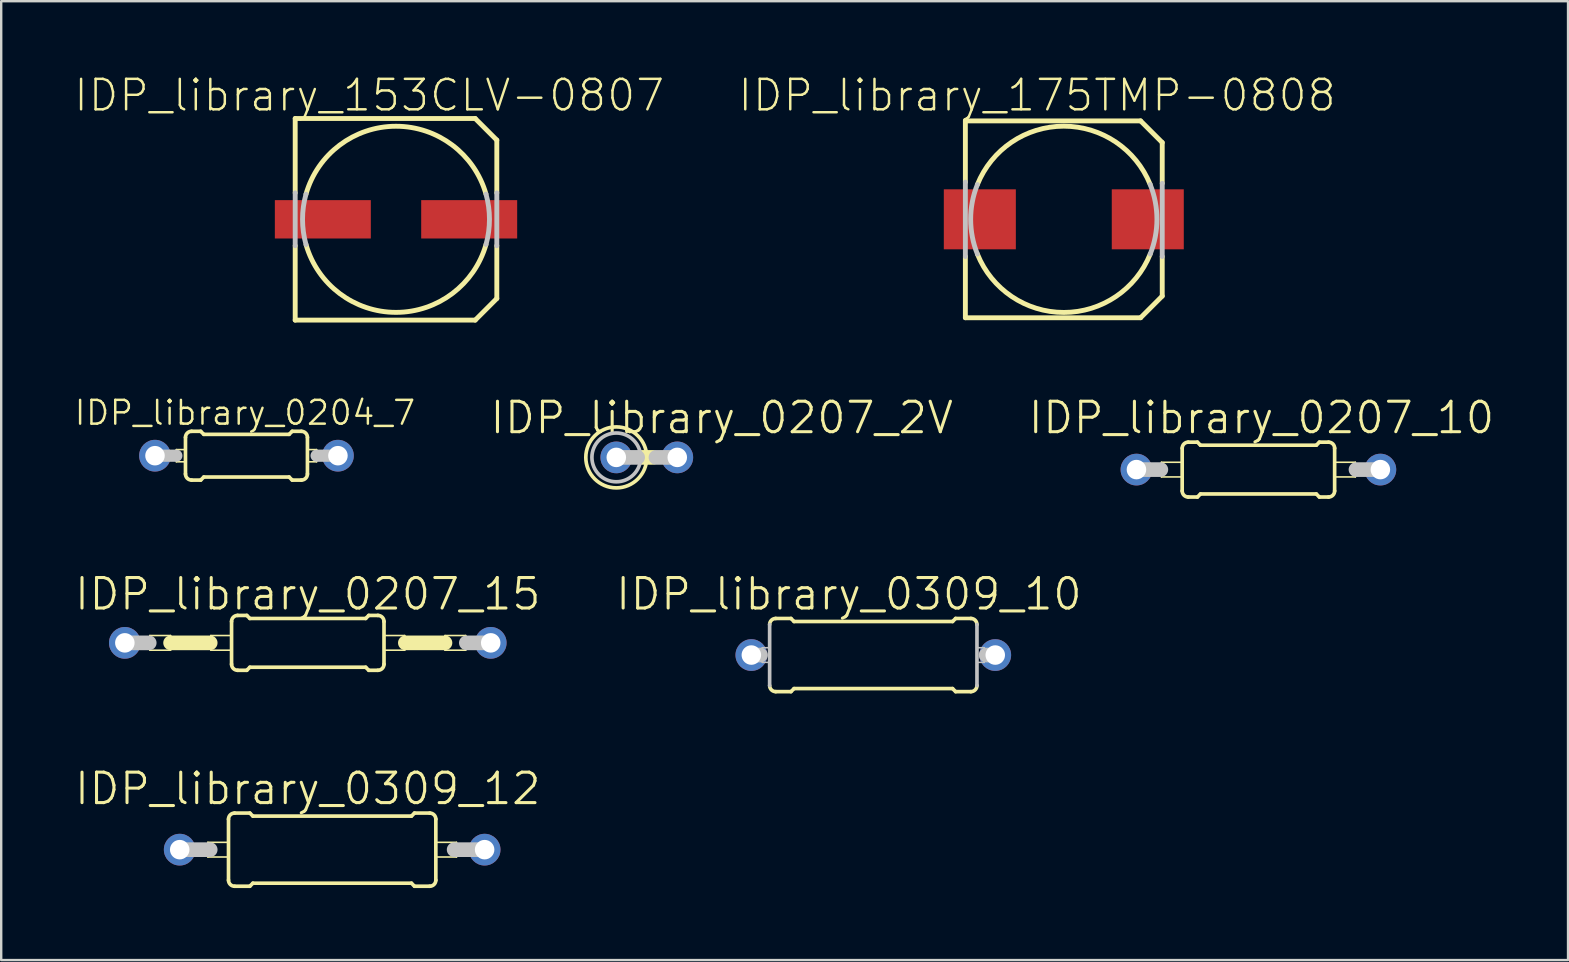
<source format=kicad_pcb>
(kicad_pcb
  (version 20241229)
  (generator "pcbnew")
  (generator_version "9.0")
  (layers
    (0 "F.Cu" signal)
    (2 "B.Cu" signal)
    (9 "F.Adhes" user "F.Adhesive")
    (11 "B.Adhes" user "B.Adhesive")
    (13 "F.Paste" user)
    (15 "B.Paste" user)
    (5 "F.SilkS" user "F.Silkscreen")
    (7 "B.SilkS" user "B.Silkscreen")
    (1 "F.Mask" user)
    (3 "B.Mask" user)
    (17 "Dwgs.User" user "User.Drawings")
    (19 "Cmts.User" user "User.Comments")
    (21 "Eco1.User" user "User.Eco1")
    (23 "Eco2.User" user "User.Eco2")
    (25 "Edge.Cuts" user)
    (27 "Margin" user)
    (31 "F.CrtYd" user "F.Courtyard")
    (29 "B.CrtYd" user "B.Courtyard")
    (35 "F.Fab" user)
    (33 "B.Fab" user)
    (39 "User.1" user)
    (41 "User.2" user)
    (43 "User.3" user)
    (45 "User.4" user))
  (footprint "IDP_library_0207_2V"
    (layer "F.Cu")
    (at 23.891 16.002)
    (property "Reference" "IDP_library_0207_2V" (at 3.124 -1.651 0) (layer "F.SilkS") (effects (font (size 1.27 1.27) (thickness 0.127))))
    (attr exclude_from_pos_files exclude_from_bom)
    (fp_line (start -0.254 0) (end 0.254 0) (stroke (width 0.61) (type solid)) (layer "F.SilkS"))
    (fp_circle (center -1.27 0) (end -1.27 -1.27) (stroke (width 0.152) (type solid)) (fill no) (layer "F.SilkS"))
    (fp_line (start -1.27 0) (end -0.381 0) (stroke (width 0.61) (type solid)) (layer "Dwgs.User"))
    (fp_line (start 0.381 0) (end 1.27 0) (stroke (width 0.61) (type solid)) (layer "Dwgs.User"))
    (fp_circle (center -1.27 0) (end -1.27 -1.016) (stroke (width 0.152) (type solid)) (fill no) (layer "Dwgs.User"))
    (pad "1" thru_hole circle (at -1.27 0) (size 1.321 1.321) (drill 0.813) (layers "*.Cu" "*.Paste" "*.Mask"))
    (pad "2" thru_hole circle (at 1.27 0) (size 1.321 1.321) (drill 0.813) (layers "*.Cu" "*.Paste" "*.Mask")))
  (footprint "IDP_library_0309_12"
    (layer "F.Cu")
    (at 10.786 32.341)
    (property "Reference" "IDP_library_0309_12" (at -1.016 -2.54 0) (layer "F.SilkS") (effects (font (size 1.27 1.27) (thickness 0.127))))
    (attr exclude_from_pos_files exclude_from_bom)
    (fp_line (start -5.179 -0.305) (end -4.318 -0.305) (stroke (width 0.066) (type solid)) (layer "F.SilkS"))
    (fp_line (start -5.179 0.305) (end -5.179 -0.305) (stroke (width 0.066) (type solid)) (layer "F.SilkS"))
    (fp_line (start -5.179 0.305) (end -4.318 0.305) (stroke (width 0.066) (type solid)) (layer "F.SilkS"))
    (fp_line (start -4.318 0.305) (end -4.318 -0.305) (stroke (width 0.066) (type solid)) (layer "F.SilkS"))
    (fp_line (start -4.318 1.27) (end -4.318 -1.27) (stroke (width 0.152) (type solid)) (layer "F.SilkS"))
    (fp_line (start -4.064 -1.524) (end -3.429 -1.524) (stroke (width 0.152) (type solid)) (layer "F.SilkS"))
    (fp_line (start -4.064 1.524) (end -3.429 1.524) (stroke (width 0.152) (type solid)) (layer "F.SilkS"))
    (fp_line (start -3.302 -1.397) (end -3.429 -1.524) (stroke (width 0.152) (type solid)) (layer "F.SilkS"))
    (fp_line (start -3.302 1.397) (end -3.429 1.524) (stroke (width 0.152) (type solid)) (layer "F.SilkS"))
    (fp_line (start 3.302 -1.397) (end -3.302 -1.397) (stroke (width 0.152) (type solid)) (layer "F.SilkS"))
    (fp_line (start 3.302 -1.397) (end 3.429 -1.524) (stroke (width 0.152) (type solid)) (layer "F.SilkS"))
    (fp_line (start 3.302 1.397) (end -3.302 1.397) (stroke (width 0.152) (type solid)) (layer "F.SilkS"))
    (fp_line (start 3.302 1.397) (end 3.429 1.524) (stroke (width 0.152) (type solid)) (layer "F.SilkS"))
    (fp_line (start 4.064 -1.524) (end 3.429 -1.524) (stroke (width 0.152) (type solid)) (layer "F.SilkS"))
    (fp_line (start 4.064 1.524) (end 3.429 1.524) (stroke (width 0.152) (type solid)) (layer "F.SilkS"))
    (fp_line (start 4.318 -0.305) (end 5.179 -0.305) (stroke (width 0.066) (type solid)) (layer "F.SilkS"))
    (fp_line (start 4.318 0.305) (end 4.318 -0.305) (stroke (width 0.066) (type solid)) (layer "F.SilkS"))
    (fp_line (start 4.318 0.305) (end 5.179 0.305) (stroke (width 0.066) (type solid)) (layer "F.SilkS"))
    (fp_line (start 4.318 1.27) (end 4.318 -1.27) (stroke (width 0.152) (type solid)) (layer "F.SilkS"))
    (fp_line (start 5.179 0.305) (end 5.179 -0.305) (stroke (width 0.066) (type solid)) (layer "F.SilkS"))
    (fp_arc (start -4.318 -1.27) (mid -4.243605 -1.449605) (end -4.064 -1.524) (stroke (width 0.1524) (type solid)) (layer "F.SilkS"))
    (fp_arc (start -4.064 1.524) (mid -4.243605 1.449605) (end -4.318 1.27) (stroke (width 0.1524) (type solid)) (layer "F.SilkS"))
    (fp_arc (start 4.064 -1.524) (mid 4.243605 -1.449605) (end 4.318 -1.27) (stroke (width 0.1524) (type solid)) (layer "F.SilkS"))
    (fp_arc (start 4.318 1.27) (mid 4.243605 1.449605) (end 4.064 1.524) (stroke (width 0.1524) (type solid)) (layer "F.SilkS"))
    (fp_line (start -6.35 0) (end -5.08 0) (stroke (width 0.61) (type solid)) (layer "Dwgs.User"))
    (fp_line (start 6.35 0) (end 5.08 0) (stroke (width 0.61) (type solid)) (layer "Dwgs.User"))
    (pad "1" thru_hole circle (at -6.35 0) (size 1.321 1.321) (drill 0.813) (layers "*.Cu" "*.Paste" "*.Mask"))
    (pad "2" thru_hole circle (at 6.35 0) (size 1.321 1.321) (drill 0.813) (layers "*.Cu" "*.Paste" "*.Mask")))
  (footprint "IDP_library_0207_10"
    (layer "F.Cu")
    (at 49.367 16.51)
    (property "Reference" "IDP_library_0207_10" (at 0.127 -2.159 0) (layer "F.SilkS") (effects (font (size 1.27 1.27) (thickness 0.127))))
    (attr exclude_from_pos_files exclude_from_bom)
    (fp_line (start -4.039 -0.305) (end -3.175 -0.305) (stroke (width 0.066) (type solid)) (layer "F.SilkS"))
    (fp_line (start -4.039 0.305) (end -4.039 -0.305) (stroke (width 0.066) (type solid)) (layer "F.SilkS"))
    (fp_line (start -4.039 0.305) (end -3.175 0.305) (stroke (width 0.066) (type solid)) (layer "F.SilkS"))
    (fp_line (start -3.175 0.305) (end -3.175 -0.305) (stroke (width 0.066) (type solid)) (layer "F.SilkS"))
    (fp_line (start -3.175 0.889) (end -3.175 -0.889) (stroke (width 0.152) (type solid)) (layer "F.SilkS"))
    (fp_line (start -2.921 -1.143) (end -2.54 -1.143) (stroke (width 0.152) (type solid)) (layer "F.SilkS"))
    (fp_line (start -2.921 1.143) (end -2.54 1.143) (stroke (width 0.152) (type solid)) (layer "F.SilkS"))
    (fp_line (start -2.413 -1.016) (end -2.54 -1.143) (stroke (width 0.152) (type solid)) (layer "F.SilkS"))
    (fp_line (start -2.413 1.016) (end -2.54 1.143) (stroke (width 0.152) (type solid)) (layer "F.SilkS"))
    (fp_line (start 2.413 -1.016) (end -2.413 -1.016) (stroke (width 0.152) (type solid)) (layer "F.SilkS"))
    (fp_line (start 2.413 -1.016) (end 2.54 -1.143) (stroke (width 0.152) (type solid)) (layer "F.SilkS"))
    (fp_line (start 2.413 1.016) (end -2.413 1.016) (stroke (width 0.152) (type solid)) (layer "F.SilkS"))
    (fp_line (start 2.413 1.016) (end 2.54 1.143) (stroke (width 0.152) (type solid)) (layer "F.SilkS"))
    (fp_line (start 2.921 -1.143) (end 2.54 -1.143) (stroke (width 0.152) (type solid)) (layer "F.SilkS"))
    (fp_line (start 2.921 1.143) (end 2.54 1.143) (stroke (width 0.152) (type solid)) (layer "F.SilkS"))
    (fp_line (start 3.175 -0.305) (end 4.039 -0.305) (stroke (width 0.066) (type solid)) (layer "F.SilkS"))
    (fp_line (start 3.175 0.305) (end 3.175 -0.305) (stroke (width 0.066) (type solid)) (layer "F.SilkS"))
    (fp_line (start 3.175 0.305) (end 4.039 0.305) (stroke (width 0.066) (type solid)) (layer "F.SilkS"))
    (fp_line (start 3.175 0.889) (end 3.175 -0.889) (stroke (width 0.152) (type solid)) (layer "F.SilkS"))
    (fp_line (start 4.039 0.305) (end 4.039 -0.305) (stroke (width 0.066) (type solid)) (layer "F.SilkS"))
    (fp_arc (start -3.175 -0.889) (mid -3.100605 -1.068605) (end -2.921 -1.143) (stroke (width 0.1524) (type solid)) (layer "F.SilkS"))
    (fp_arc (start -2.921 1.143) (mid -3.100605 1.068605) (end -3.175 0.889) (stroke (width 0.1524) (type solid)) (layer "F.SilkS"))
    (fp_arc (start 2.921 -1.143) (mid 3.100605 -1.068605) (end 3.175 -0.889) (stroke (width 0.1524) (type solid)) (layer "F.SilkS"))
    (fp_arc (start 3.175 0.889) (mid 3.100605 1.068605) (end 2.921 1.143) (stroke (width 0.1524) (type solid)) (layer "F.SilkS"))
    (fp_line (start -5.08 0) (end -4.064 0) (stroke (width 0.61) (type solid)) (layer "Dwgs.User"))
    (fp_line (start 5.08 0) (end 4.064 0) (stroke (width 0.61) (type solid)) (layer "Dwgs.User"))
    (pad "1" thru_hole circle (at -5.08 0) (size 1.321 1.321) (drill 0.813) (layers "*.Cu" "*.Paste" "*.Mask"))
    (pad "2" thru_hole circle (at 5.08 0) (size 1.321 1.321) (drill 0.813) (layers "*.Cu" "*.Paste" "*.Mask")))
  (footprint "IDP_library_0309_10"
    (layer "F.Cu")
    (at 33.326 24.235)
    (property "Reference" "IDP_library_0309_10" (at -1.016 -2.54 0) (layer "F.SilkS") (effects (font (size 1.27 1.27) (thickness 0.127))))
    (attr exclude_from_pos_files exclude_from_bom)
    (fp_line (start -4.064 -1.524) (end -3.429 -1.524) (stroke (width 0.152) (type solid)) (layer "F.SilkS"))
    (fp_line (start -4.064 1.524) (end -3.429 1.524) (stroke (width 0.152) (type solid)) (layer "F.SilkS"))
    (fp_line (start -3.302 -1.397) (end -3.429 -1.524) (stroke (width 0.152) (type solid)) (layer "F.SilkS"))
    (fp_line (start -3.302 1.397) (end -3.429 1.524) (stroke (width 0.152) (type solid)) (layer "F.SilkS"))
    (fp_line (start 3.302 -1.397) (end -3.302 -1.397) (stroke (width 0.152) (type solid)) (layer "F.SilkS"))
    (fp_line (start 3.302 -1.397) (end 3.429 -1.524) (stroke (width 0.152) (type solid)) (layer "F.SilkS"))
    (fp_line (start 3.302 1.397) (end -3.302 1.397) (stroke (width 0.152) (type solid)) (layer "F.SilkS"))
    (fp_line (start 3.302 1.397) (end 3.429 1.524) (stroke (width 0.152) (type solid)) (layer "F.SilkS"))
    (fp_line (start 4.064 -1.524) (end 3.429 -1.524) (stroke (width 0.152) (type solid)) (layer "F.SilkS"))
    (fp_line (start 4.064 1.524) (end 3.429 1.524) (stroke (width 0.152) (type solid)) (layer "F.SilkS"))
    (fp_arc (start -4.318 -1.27) (mid -4.243605 -1.449605) (end -4.064 -1.524) (stroke (width 0.1524) (type solid)) (layer "F.SilkS"))
    (fp_arc (start -4.064 1.524) (mid -4.243605 1.449605) (end -4.318 1.27) (stroke (width 0.1524) (type solid)) (layer "F.SilkS"))
    (fp_arc (start 4.064 -1.524) (mid 4.243605 -1.449605) (end 4.318 -1.27) (stroke (width 0.1524) (type solid)) (layer "F.SilkS"))
    (fp_arc (start 4.318 1.27) (mid 4.243605 1.449605) (end 4.064 1.524) (stroke (width 0.1524) (type solid)) (layer "F.SilkS"))
    (fp_line (start -4.699 0) (end -5.08 0) (stroke (width 0.61) (type solid)) (layer "Dwgs.User"))
    (fp_line (start -4.623 -0.305) (end -4.318 -0.305) (stroke (width 0.066) (type solid)) (layer "Dwgs.User"))
    (fp_line (start -4.623 0.305) (end -4.623 -0.305) (stroke (width 0.066) (type solid)) (layer "Dwgs.User"))
    (fp_line (start -4.623 0.305) (end -4.318 0.305) (stroke (width 0.066) (type solid)) (layer "Dwgs.User"))
    (fp_line (start -4.318 0.305) (end -4.318 -0.305) (stroke (width 0.066) (type solid)) (layer "Dwgs.User"))
    (fp_line (start -4.318 1.27) (end -4.318 -1.27) (stroke (width 0.152) (type solid)) (layer "Dwgs.User"))
    (fp_line (start 4.318 -0.305) (end 4.623 -0.305) (stroke (width 0.066) (type solid)) (layer "Dwgs.User"))
    (fp_line (start 4.318 0.305) (end 4.318 -0.305) (stroke (width 0.066) (type solid)) (layer "Dwgs.User"))
    (fp_line (start 4.318 0.305) (end 4.623 0.305) (stroke (width 0.066) (type solid)) (layer "Dwgs.User"))
    (fp_line (start 4.318 1.27) (end 4.318 -1.27) (stroke (width 0.152) (type solid)) (layer "Dwgs.User"))
    (fp_line (start 4.623 0.305) (end 4.623 -0.305) (stroke (width 0.066) (type solid)) (layer "Dwgs.User"))
    (fp_line (start 5.08 0) (end 4.699 0) (stroke (width 0.61) (type solid)) (layer "Dwgs.User"))
    (pad "1" thru_hole circle (at -5.08 0) (size 1.321 1.321) (drill 0.813) (layers "*.Cu" "*.Paste" "*.Mask"))
    (pad "2" thru_hole circle (at 5.08 0) (size 1.321 1.321) (drill 0.813) (layers "*.Cu" "*.Paste" "*.Mask")))
  (footprint "IDP_library_175TMP-0808"
    (layer "F.Cu")
    (at 41.261 6.085)
    (property "Reference" "IDP_library_175TMP-0808" (at -1.113 -5.164 0) (layer "F.SilkS") (effects (font (size 1.27 1.27) (thickness 0.102))))
    (attr smd)
    (fp_line (start -4.1 -4.1) (end 3.198 -4.1) (stroke (width 0.203) (type solid)) (layer "F.SilkS"))
    (fp_line (start -4.1 -1.549) (end -4.1 -4.1) (stroke (width 0.203) (type solid)) (layer "F.SilkS"))
    (fp_line (start -4.1 4.1) (end -4.1 1.549) (stroke (width 0.203) (type solid)) (layer "F.SilkS"))
    (fp_line (start 3.198 -4.1) (end 4.1 -3.198) (stroke (width 0.203) (type solid)) (layer "F.SilkS"))
    (fp_line (start 3.198 4.1) (end -4.1 4.1) (stroke (width 0.203) (type solid)) (layer "F.SilkS"))
    (fp_line (start 4.1 -3.198) (end 4.1 -1.499) (stroke (width 0.203) (type solid)) (layer "F.SilkS"))
    (fp_line (start 4.1 1.549) (end 4.1 3.198) (stroke (width 0.203) (type solid)) (layer "F.SilkS"))
    (fp_line (start 4.1 3.198) (end 3.198 4.1) (stroke (width 0.203) (type solid)) (layer "F.SilkS"))
    (fp_arc (start -3.59918 -1.4478) (mid -0.002514 -3.879461) (end 3.5973 -1.452464) (stroke (width 0.2032) (type solid)) (layer "F.SilkS"))
    (fp_arc (start 3.59918 1.4478) (mid 0.002514 3.879461) (end -3.5973 1.452464) (stroke (width 0.2032) (type solid)) (layer "F.SilkS"))
    (fp_line (start -4.1 1.549) (end -4.1 -1.549) (stroke (width 0.203) (type solid)) (layer "Dwgs.User"))
    (fp_line (start 4.1 -1.499) (end 4.1 1.549) (stroke (width 0.203) (type solid)) (layer "Dwgs.User"))
    (fp_arc (start -3.59918 1.4478) (mid -3.879461 0.000871) (end -3.59983 -1.446183) (stroke (width 0.2032) (type solid)) (layer "Dwgs.User"))
    (fp_arc (start 3.59918 -1.4478) (mid 3.879461 -0.000871) (end 3.59983 1.446183) (stroke (width 0.2032) (type solid)) (layer "Dwgs.User"))
    (pad "+" smd rect (at 3.498 0) (size 3 2.499) (layers "F.Cu" "F.Mask" "F.Paste"))
    (pad "-" smd rect (at -3.498 0) (size 3 2.499) (layers "F.Cu" "F.Mask" "F.Paste")))
  (footprint "IDP_library_153CLV-0807"
    (layer "F.Cu")
    (at 13.445 6.085)
    (property "Reference" "IDP_library_153CLV-0807" (at -1.113 -5.164 0) (layer "F.SilkS") (effects (font (size 1.27 1.27) (thickness 0.102))))
    (attr smd)
    (fp_line (start -4.199 -4.199) (end 3.299 -4.199) (stroke (width 0.203) (type solid)) (layer "F.SilkS"))
    (fp_line (start -4.199 -1.1) (end -4.199 -4.199) (stroke (width 0.203) (type solid)) (layer "F.SilkS"))
    (fp_line (start -4.199 4.199) (end -4.199 1.1) (stroke (width 0.203) (type solid)) (layer "F.SilkS"))
    (fp_line (start 3.299 -4.199) (end 4.199 -3.299) (stroke (width 0.203) (type solid)) (layer "F.SilkS"))
    (fp_line (start 3.299 4.199) (end -4.199 4.199) (stroke (width 0.203) (type solid)) (layer "F.SilkS"))
    (fp_line (start 4.199 -3.299) (end 4.199 -1.1) (stroke (width 0.203) (type solid)) (layer "F.SilkS"))
    (fp_line (start 4.199 1.1) (end 4.199 3.299) (stroke (width 0.203) (type solid)) (layer "F.SilkS"))
    (fp_line (start 4.199 3.299) (end 3.299 4.199) (stroke (width 0.203) (type solid)) (layer "F.SilkS"))
    (fp_arc (start -3.74904 -1.04902) (mid -0.003018 -3.876399) (end 3.747376 -1.054823) (stroke (width 0.2032) (type solid)) (layer "F.SilkS"))
    (fp_arc (start 3.74904 1.04902) (mid 0.003018 3.876399) (end -3.747376 1.054823) (stroke (width 0.2032) (type solid)) (layer "F.SilkS"))
    (fp_line (start -4.199 1.1) (end -4.199 -1.1) (stroke (width 0.203) (type solid)) (layer "Dwgs.User"))
    (fp_line (start 4.199 -1.1) (end 4.199 1.1) (stroke (width 0.203) (type solid)) (layer "Dwgs.User"))
    (fp_arc (start -3.74904 1.04902) (mid -3.893037 0.002186) (end -3.750216 -1.04481) (stroke (width 0.2032) (type solid)) (layer "Dwgs.User"))
    (fp_arc (start 3.74904 -1.04902) (mid 3.893037 -0.002186) (end 3.750216 1.04481) (stroke (width 0.2032) (type solid)) (layer "Dwgs.User"))
    (pad "+" smd rect (at 3.048 0) (size 3.998 1.598) (layers "F.Cu" "F.Mask" "F.Paste"))
    (pad "-" smd rect (at -3.048 0) (size 3.998 1.598) (layers "F.Cu" "F.Mask" "F.Paste")))
  (footprint "IDP_library_0204_7"
    (layer "F.Cu")
    (at 3.406 15.931)
    (property "Reference" "IDP_library_0204_7" (at 3.747 -1.788 0) (layer "F.SilkS") (effects (font (size 0.991 0.991) (thickness 0.102))))
    (attr exclude_from_pos_files exclude_from_bom)
    (fp_line (start 0.889 -0.254) (end 1.27 -0.254) (stroke (width 0.066) (type solid)) (layer "F.SilkS"))
    (fp_line (start 0.889 0.254) (end 0.889 -0.254) (stroke (width 0.066) (type solid)) (layer "F.SilkS"))
    (fp_line (start 0.889 0.254) (end 1.27 0.254) (stroke (width 0.066) (type solid)) (layer "F.SilkS"))
    (fp_line (start 1.27 0.254) (end 1.27 -0.254) (stroke (width 0.066) (type solid)) (layer "F.SilkS"))
    (fp_line (start 1.27 0.762) (end 1.27 -0.762) (stroke (width 0.152) (type solid)) (layer "F.SilkS"))
    (fp_line (start 1.524 -1.016) (end 1.905 -1.016) (stroke (width 0.152) (type solid)) (layer "F.SilkS"))
    (fp_line (start 1.524 1.016) (end 1.905 1.016) (stroke (width 0.152) (type solid)) (layer "F.SilkS"))
    (fp_line (start 2.032 -0.889) (end 1.905 -1.016) (stroke (width 0.152) (type solid)) (layer "F.SilkS"))
    (fp_line (start 2.032 0.889) (end 1.905 1.016) (stroke (width 0.152) (type solid)) (layer "F.SilkS"))
    (fp_line (start 5.588 -0.889) (end 2.032 -0.889) (stroke (width 0.152) (type solid)) (layer "F.SilkS"))
    (fp_line (start 5.588 -0.889) (end 5.715 -1.016) (stroke (width 0.152) (type solid)) (layer "F.SilkS"))
    (fp_line (start 5.588 0.889) (end 2.032 0.889) (stroke (width 0.152) (type solid)) (layer "F.SilkS"))
    (fp_line (start 5.588 0.889) (end 5.715 1.016) (stroke (width 0.152) (type solid)) (layer "F.SilkS"))
    (fp_line (start 6.096 -1.016) (end 5.715 -1.016) (stroke (width 0.152) (type solid)) (layer "F.SilkS"))
    (fp_line (start 6.096 1.016) (end 5.715 1.016) (stroke (width 0.152) (type solid)) (layer "F.SilkS"))
    (fp_line (start 6.35 -0.254) (end 6.731 -0.254) (stroke (width 0.066) (type solid)) (layer "F.SilkS"))
    (fp_line (start 6.35 0.254) (end 6.35 -0.254) (stroke (width 0.066) (type solid)) (layer "F.SilkS"))
    (fp_line (start 6.35 0.254) (end 6.731 0.254) (stroke (width 0.066) (type solid)) (layer "F.SilkS"))
    (fp_line (start 6.35 0.762) (end 6.35 -0.762) (stroke (width 0.152) (type solid)) (layer "F.SilkS"))
    (fp_line (start 6.731 0.254) (end 6.731 -0.254) (stroke (width 0.066) (type solid)) (layer "F.SilkS"))
    (fp_arc (start 1.27 -0.762) (mid 1.344395 -0.941605) (end 1.524 -1.016) (stroke (width 0.1524) (type solid)) (layer "F.SilkS"))
    (fp_arc (start 1.524 1.016) (mid 1.344395 0.941605) (end 1.27 0.762) (stroke (width 0.1524) (type solid)) (layer "F.SilkS"))
    (fp_arc (start 6.096 -1.016) (mid 6.275605 -0.941605) (end 6.35 -0.762) (stroke (width 0.1524) (type solid)) (layer "F.SilkS"))
    (fp_arc (start 6.35 0.762) (mid 6.275605 0.941605) (end 6.096 1.016) (stroke (width 0.1524) (type solid)) (layer "F.SilkS"))
    (fp_line (start 0 0) (end 0.889 0) (stroke (width 0.508) (type solid)) (layer "Dwgs.User"))
    (fp_line (start 7.62 0) (end 6.731 0) (stroke (width 0.508) (type solid)) (layer "Dwgs.User"))
    (pad "1" thru_hole circle (at 0 0) (size 1.321 1.321) (drill 0.813) (layers "*.Cu" "*.Paste" "*.Mask"))
    (pad "2" thru_hole circle (at 7.62 0) (size 1.321 1.321) (drill 0.813) (layers "*.Cu" "*.Paste" "*.Mask")))
  (footprint "IDP_library_0207_15"
    (layer "F.Cu")
    (at 9.77 23.727)
    (property "Reference" "IDP_library_0207_15" (at 0 -2.032 0) (layer "F.SilkS") (effects (font (size 1.27 1.27) (thickness 0.127))))
    (attr exclude_from_pos_files exclude_from_bom)
    (fp_line (start -6.579 -0.305) (end -5.715 -0.305) (stroke (width 0.066) (type solid)) (layer "F.SilkS"))
    (fp_line (start -6.579 0.305) (end -6.579 -0.305) (stroke (width 0.066) (type solid)) (layer "F.SilkS"))
    (fp_line (start -6.579 0.305) (end -5.715 0.305) (stroke (width 0.066) (type solid)) (layer "F.SilkS"))
    (fp_line (start -5.715 0) (end -4.064 0) (stroke (width 0.61) (type solid)) (layer "F.SilkS"))
    (fp_line (start -5.715 0.305) (end -5.715 -0.305) (stroke (width 0.066) (type solid)) (layer "F.SilkS"))
    (fp_line (start -4.039 -0.305) (end -3.175 -0.305) (stroke (width 0.066) (type solid)) (layer "F.SilkS"))
    (fp_line (start -4.039 0.305) (end -4.039 -0.305) (stroke (width 0.066) (type solid)) (layer "F.SilkS"))
    (fp_line (start -4.039 0.305) (end -3.175 0.305) (stroke (width 0.066) (type solid)) (layer "F.SilkS"))
    (fp_line (start -3.175 0.305) (end -3.175 -0.305) (stroke (width 0.066) (type solid)) (layer "F.SilkS"))
    (fp_line (start -3.175 0.889) (end -3.175 -0.889) (stroke (width 0.152) (type solid)) (layer "F.SilkS"))
    (fp_line (start -2.921 -1.143) (end -2.54 -1.143) (stroke (width 0.152) (type solid)) (layer "F.SilkS"))
    (fp_line (start -2.921 1.143) (end -2.54 1.143) (stroke (width 0.152) (type solid)) (layer "F.SilkS"))
    (fp_line (start -2.413 -1.016) (end -2.54 -1.143) (stroke (width 0.152) (type solid)) (layer "F.SilkS"))
    (fp_line (start -2.413 1.016) (end -2.54 1.143) (stroke (width 0.152) (type solid)) (layer "F.SilkS"))
    (fp_line (start 2.413 -1.016) (end -2.413 -1.016) (stroke (width 0.152) (type solid)) (layer "F.SilkS"))
    (fp_line (start 2.413 -1.016) (end 2.54 -1.143) (stroke (width 0.152) (type solid)) (layer "F.SilkS"))
    (fp_line (start 2.413 1.016) (end -2.413 1.016) (stroke (width 0.152) (type solid)) (layer "F.SilkS"))
    (fp_line (start 2.413 1.016) (end 2.54 1.143) (stroke (width 0.152) (type solid)) (layer "F.SilkS"))
    (fp_line (start 2.921 -1.143) (end 2.54 -1.143) (stroke (width 0.152) (type solid)) (layer "F.SilkS"))
    (fp_line (start 2.921 1.143) (end 2.54 1.143) (stroke (width 0.152) (type solid)) (layer "F.SilkS"))
    (fp_line (start 3.175 -0.305) (end 4.039 -0.305) (stroke (width 0.066) (type solid)) (layer "F.SilkS"))
    (fp_line (start 3.175 0.305) (end 3.175 -0.305) (stroke (width 0.066) (type solid)) (layer "F.SilkS"))
    (fp_line (start 3.175 0.305) (end 4.039 0.305) (stroke (width 0.066) (type solid)) (layer "F.SilkS"))
    (fp_line (start 3.175 0.889) (end 3.175 -0.889) (stroke (width 0.152) (type solid)) (layer "F.SilkS"))
    (fp_line (start 4.039 0.305) (end 4.039 -0.305) (stroke (width 0.066) (type solid)) (layer "F.SilkS"))
    (fp_line (start 5.715 -0.305) (end 6.579 -0.305) (stroke (width 0.066) (type solid)) (layer "F.SilkS"))
    (fp_line (start 5.715 0) (end 4.064 0) (stroke (width 0.61) (type solid)) (layer "F.SilkS"))
    (fp_line (start 5.715 0.305) (end 5.715 -0.305) (stroke (width 0.066) (type solid)) (layer "F.SilkS"))
    (fp_line (start 5.715 0.305) (end 6.579 0.305) (stroke (width 0.066) (type solid)) (layer "F.SilkS"))
    (fp_line (start 6.579 0.305) (end 6.579 -0.305) (stroke (width 0.066) (type solid)) (layer "F.SilkS"))
    (fp_arc (start -3.175 -0.889) (mid -3.100605 -1.068605) (end -2.921 -1.143) (stroke (width 0.1524) (type solid)) (layer "F.SilkS"))
    (fp_arc (start -2.921 1.143) (mid -3.100605 1.068605) (end -3.175 0.889) (stroke (width 0.1524) (type solid)) (layer "F.SilkS"))
    (fp_arc (start 2.921 -1.143) (mid 3.100605 -1.068605) (end 3.175 -0.889) (stroke (width 0.1524) (type solid)) (layer "F.SilkS"))
    (fp_arc (start 3.175 0.889) (mid 3.100605 1.068605) (end 2.921 1.143) (stroke (width 0.1524) (type solid)) (layer "F.SilkS"))
    (fp_line (start -7.62 0) (end -6.604 0) (stroke (width 0.61) (type solid)) (layer "Dwgs.User"))
    (fp_line (start 7.62 0) (end 6.604 0) (stroke (width 0.61) (type solid)) (layer "Dwgs.User"))
    (pad "1" thru_hole circle (at -7.62 0) (size 1.321 1.321) (drill 0.813) (layers "*.Cu" "*.Paste" "*.Mask"))
    (pad "2" thru_hole circle (at 7.62 0) (size 1.321 1.321) (drill 0.813) (layers "*.Cu" "*.Paste" "*.Mask")))
  (gr_rect
    (start -3 -3)
    (end 62.264 36.941)
    (stroke (width 0.1) (type default))
    (fill no)
    (layer "Edge.Cuts")))
</source>
